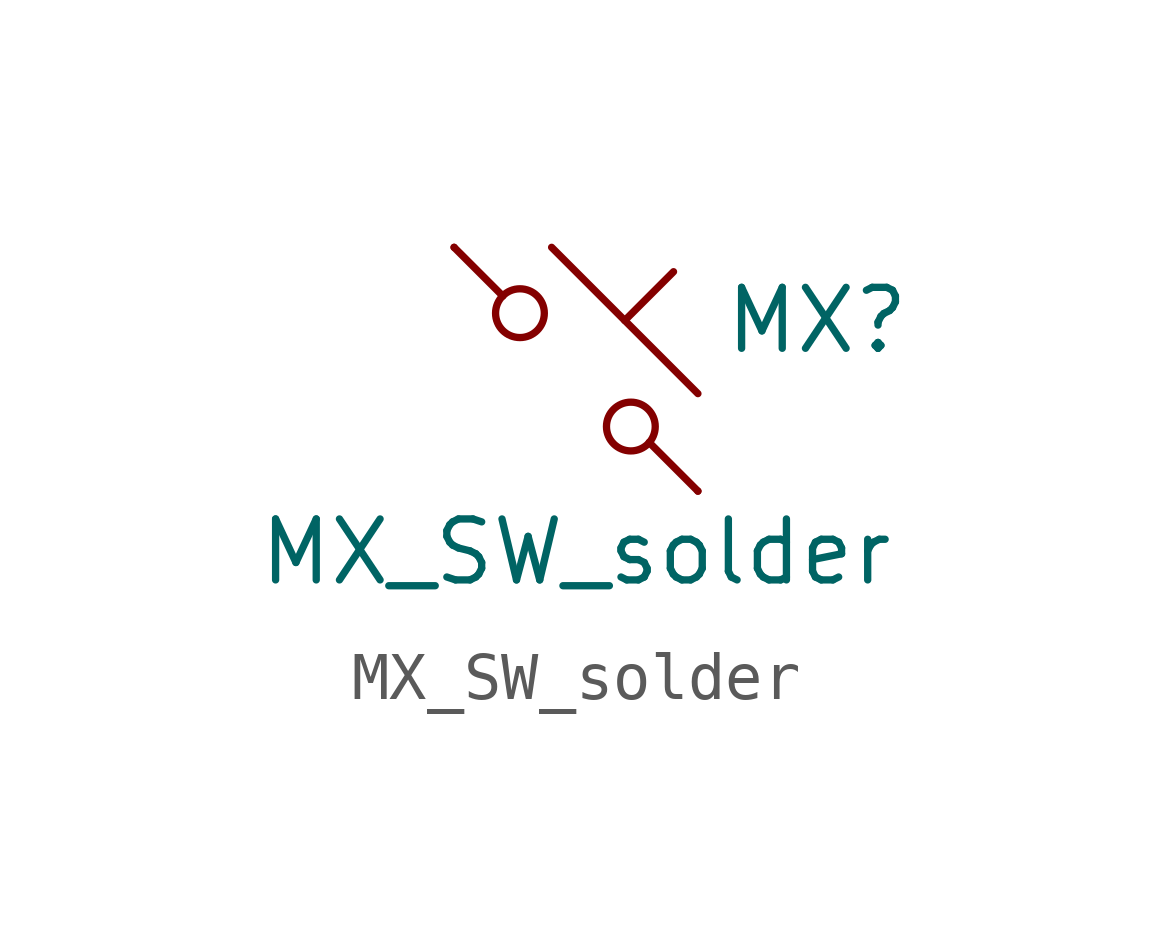
<source format=kicad_sym>
(kicad_symbol_lib
  (version 20220914)
  (generator kicad_symbol_editor)
  (symbol "MX_SW_solder"
    (pin_numbers hide)
    (pin_names
      (offset 1.016) hide)
    (property "Reference" "MX"
      (at 3.048 1.016 0)
      (effects (font (size 1.27 1.27)) (justify left)))
    (property "Value" "MX_SW_solder"
      (at 0 -3.81 0)
      (effects (font (size 1.27 1.27))))
    (symbol "MX_SW_solder_0_1"
      (circle (center -1.168 1.168) (radius 0.508) (stroke (width 0) (type default)) (fill (type none)))
      (polyline (pts (xy -0.508 2.54) (xy 2.54 -0.508)) (stroke (width 0) (type default)) (fill (type none)))
      (polyline (pts (xy 1.016 1.016) (xy 2.032 2.032)) (stroke (width 0) (type default)) (fill (type none)))
      (polyline (pts (xy -2.54 2.54) (xy -1.524 1.524) (xy -1.524 1.524)) (stroke (width 0) (type default)) (fill (type none)))
      (polyline (pts (xy 1.524 -1.524) (xy 2.54 -2.54) (xy 2.54 -2.54) (xy 2.54 -2.54)) (stroke (width 0) (type default)) (fill (type none)))
      (circle (center 1.143 -1.194) (radius 0.508) (stroke (width 0) (type default)) (fill (type none)))
      (pin passive line (at -2.54 2.54 0) (length 0) (name "1" (effects (font (size 1.27 1.27)))) (number "1" (effects (font (size 1.27 1.27)))))
      (pin passive line (at 2.54 -2.54 180) (length 0) (name "2" (effects (font (size 1.27 1.27)))) (number "2" (effects (font (size 1.27 1.27))))))))
</source>
